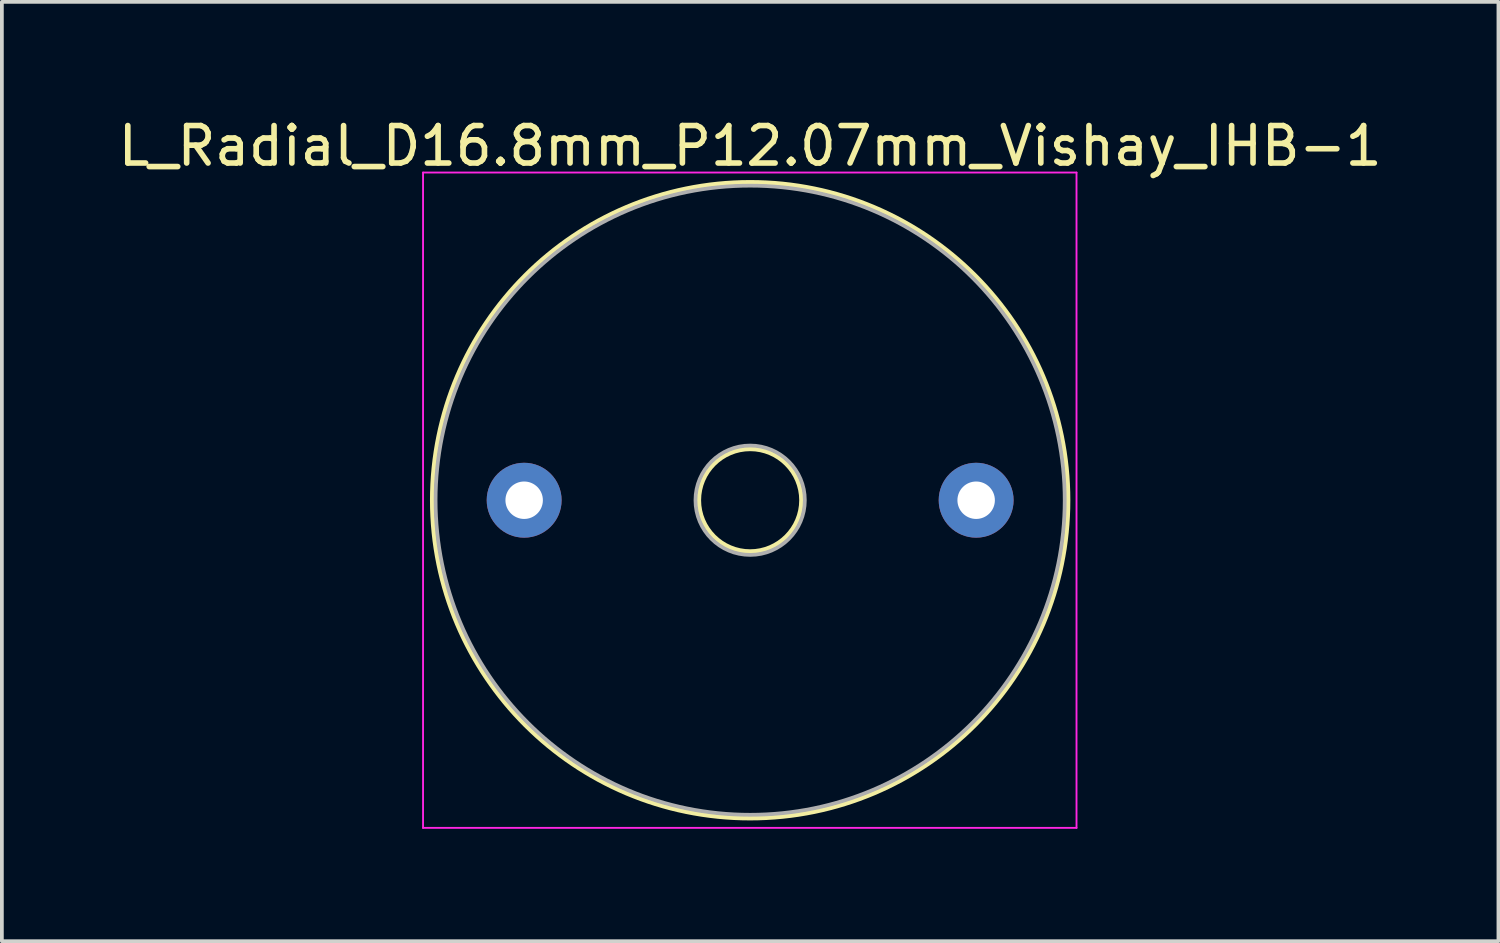
<source format=kicad_pcb>
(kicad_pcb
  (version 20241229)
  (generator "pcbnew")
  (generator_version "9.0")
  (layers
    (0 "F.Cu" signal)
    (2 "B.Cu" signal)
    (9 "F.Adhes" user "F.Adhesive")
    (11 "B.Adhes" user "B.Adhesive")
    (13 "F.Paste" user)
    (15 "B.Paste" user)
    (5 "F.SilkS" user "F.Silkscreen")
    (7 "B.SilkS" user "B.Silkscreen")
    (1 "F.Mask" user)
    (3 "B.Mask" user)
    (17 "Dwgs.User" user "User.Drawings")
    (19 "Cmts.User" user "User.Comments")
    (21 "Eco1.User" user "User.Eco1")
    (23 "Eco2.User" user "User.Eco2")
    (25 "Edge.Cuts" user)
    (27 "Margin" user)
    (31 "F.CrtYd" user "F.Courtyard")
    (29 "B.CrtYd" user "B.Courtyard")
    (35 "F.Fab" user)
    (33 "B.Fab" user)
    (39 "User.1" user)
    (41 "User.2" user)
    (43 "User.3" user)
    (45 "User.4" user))
  (footprint "L_Radial_D16.8mm_P12.07mm_Vishay_IHB-1"
    (layer "F.Cu")
    (at 10.947 10.308)
    (property "Reference" "L_Radial_D16.8mm_P12.07mm_Vishay_IHB-1" (at 6.035 -9.46 0) (layer "F.SilkS") (effects (font (size 1 1) (thickness 0.15))))
    (attr through_hole)
    (fp_circle (center 6.035 0) (end 7.405 0) (stroke (width 0.12) (type solid)) (fill no) (layer "F.SilkS"))
    (fp_circle (center 6.035 0) (end 14.525 0) (stroke (width 0.12) (type solid)) (fill no) (layer "F.SilkS"))
    (fp_line (start -2.7 -8.75) (end -2.7 8.75) (stroke (width 0.05) (type solid)) (layer "F.CrtYd"))
    (fp_line (start -2.7 8.75) (end 14.75 8.75) (stroke (width 0.05) (type solid)) (layer "F.CrtYd"))
    (fp_line (start 14.75 -8.75) (end -2.7 -8.75) (stroke (width 0.05) (type solid)) (layer "F.CrtYd"))
    (fp_line (start 14.75 8.75) (end 14.75 -8.75) (stroke (width 0.05) (type solid)) (layer "F.CrtYd"))
    (fp_circle (center 6.035 0) (end 7.495 0) (stroke (width 0.1) (type solid)) (fill no) (layer "F.Fab"))
    (fp_circle (center 6.035 0) (end 14.435 0) (stroke (width 0.1) (type solid)) (fill no) (layer "F.Fab"))
    (pad "1" thru_hole circle (at 0 0) (size 2 2) (drill 1) (layers "*.Cu" "*.Mask"))
    (pad "2" thru_hole circle (at 12.07 0) (size 2 2) (drill 1) (layers "*.Cu" "*.Mask")))
  (gr_rect
    (start -3 -3)
    (end 36.964 22.083)
    (stroke (width 0.1) (type default))
    (fill no)
    (layer "Edge.Cuts")))
</source>
